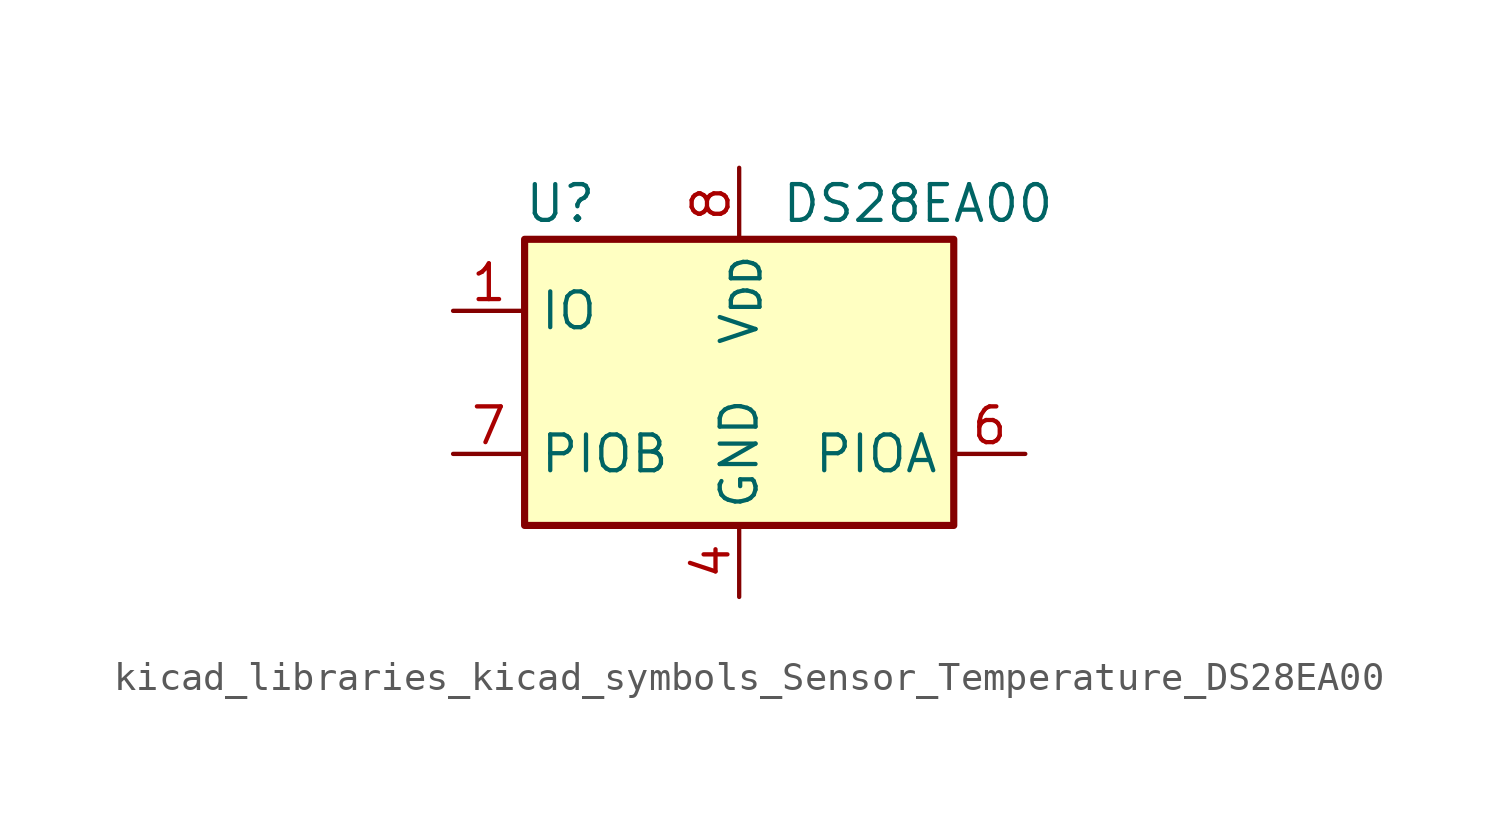
<source format=kicad_sym>
(kicad_symbol_lib
  (version 20220914)
  (generator kicad_symbol_editor)
  (symbol "kicad_libraries_kicad_symbols_Sensor_Temperature_DS28EA00"
    (property "Reference" "U"
      (at -6.35 6.35 0)
      (effects (font (size 1.27 1.27))))
    (property "Value" "DS28EA00"
      (at 6.35 6.35 0)
      (effects (font (size 1.27 1.27))))
    (symbol "kicad_libraries_kicad_symbols_Sensor_Temperature_DS28EA00_0_1"
      (rectangle (start -7.62 5.08) (end 7.62 -5.08) (stroke (width 0.254) (type default)) (fill (type background))))
    (symbol "kicad_libraries_kicad_symbols_Sensor_Temperature_DS28EA00_1_1"
      (pin bidirectional line (at -10.16 2.54 0) (length 2.54) (name "IO" (effects (font (size 1.27 1.27)))) (number "1" (effects (font (size 1.27 1.27)))))
      (pin no_connect line (at -7.62 0 0) (length 2.54) hide (name "NC" (effects (font (size 1.27 1.27)))) (number "2" (effects (font (size 1.27 1.27)))))
      (pin no_connect line (at 7.62 2.54 180) (length 2.54) hide (name "NC" (effects (font (size 1.27 1.27)))) (number "3" (effects (font (size 1.27 1.27)))))
      (pin power_in line (at 0 -7.62 90) (length 2.54) (name "GND" (effects (font (size 1.27 1.27)))) (number "4" (effects (font (size 1.27 1.27)))))
      (pin no_connect line (at 7.62 0 180) (length 2.54) hide (name "NC" (effects (font (size 1.27 1.27)))) (number "5" (effects (font (size 1.27 1.27)))))
      (pin bidirectional line (at 10.16 -2.54 180) (length 2.54) (name "PIOA" (effects (font (size 1.27 1.27)))) (number "6" (effects (font (size 1.27 1.27)))))
      (pin bidirectional line (at -10.16 -2.54 0) (length 2.54) (name "PIOB" (effects (font (size 1.27 1.27)))) (number "7" (effects (font (size 1.27 1.27)))))
      (pin power_in line (at 0 7.62 270) (length 2.54) (name "V_{DD}" (effects (font (size 1.27 1.27)))) (number "8" (effects (font (size 1.27 1.27))))))))
</source>
